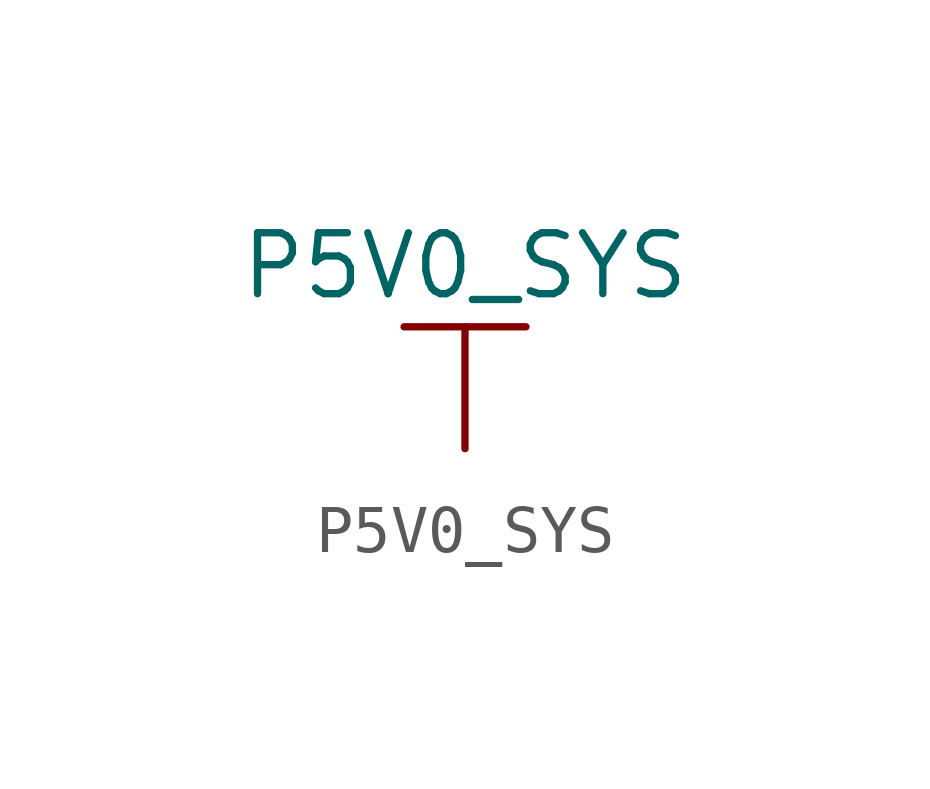
<source format=kicad_sym>
(kicad_symbol_lib
  (version 20211014)
  (generator kicad_symbol_editor)
  (symbol "P5V0_SYS"
    (power)
    (pin_names
      (offset 0))
    (property "Reference" "#PWR"
      (at 0 -3.81 0)
      (effects (font (size 1.27 1.27)) hide))
    (property "Value" "P5V0_SYS"
      (at 0 3.81 0)
      (effects (font (size 1.27 1.27))))
    (symbol "P5V0_SYS_0_1"
      (polyline (pts (xy -1.27 2.54) (xy 1.27 2.54)) (stroke (width 0.152) (type default) (color 0 0 0 0)) (fill (type none)))
      (polyline (pts (xy 0 0) (xy 0 2.54)) (stroke (width 0.152) (type default) (color 0 0 0 0)) (fill (type none))))
    (symbol "P5V0_SYS_1_1"
      (pin power_in line (at 0 0 90) (length 0) hide (name "P5V0_SYS" (effects (font (size 1.27 1.27)))) (number "1" (effects (font (size 1.27 1.27))))))))
</source>
